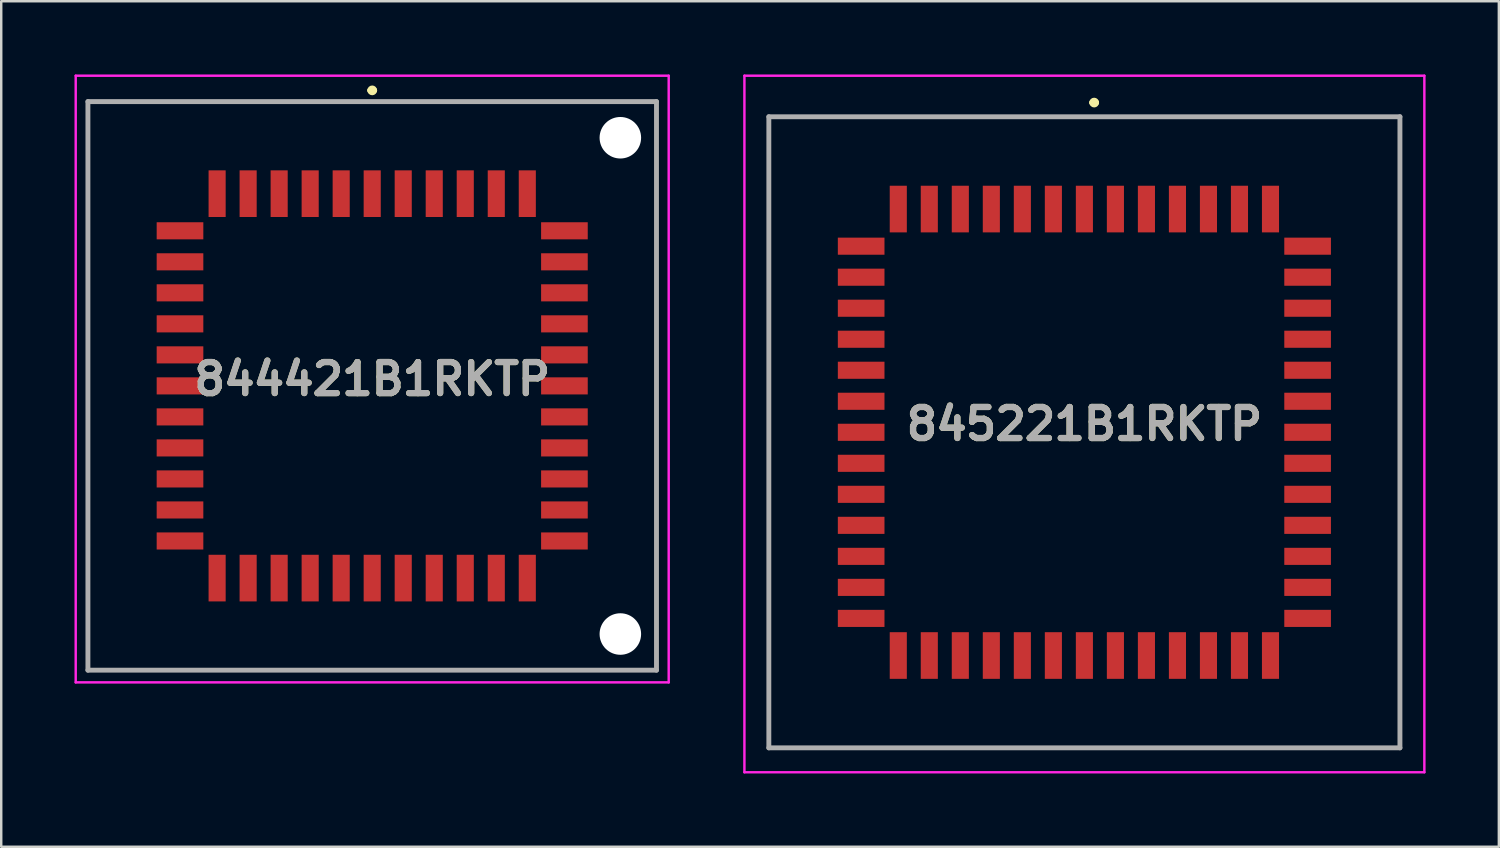
<source format=kicad_pcb>
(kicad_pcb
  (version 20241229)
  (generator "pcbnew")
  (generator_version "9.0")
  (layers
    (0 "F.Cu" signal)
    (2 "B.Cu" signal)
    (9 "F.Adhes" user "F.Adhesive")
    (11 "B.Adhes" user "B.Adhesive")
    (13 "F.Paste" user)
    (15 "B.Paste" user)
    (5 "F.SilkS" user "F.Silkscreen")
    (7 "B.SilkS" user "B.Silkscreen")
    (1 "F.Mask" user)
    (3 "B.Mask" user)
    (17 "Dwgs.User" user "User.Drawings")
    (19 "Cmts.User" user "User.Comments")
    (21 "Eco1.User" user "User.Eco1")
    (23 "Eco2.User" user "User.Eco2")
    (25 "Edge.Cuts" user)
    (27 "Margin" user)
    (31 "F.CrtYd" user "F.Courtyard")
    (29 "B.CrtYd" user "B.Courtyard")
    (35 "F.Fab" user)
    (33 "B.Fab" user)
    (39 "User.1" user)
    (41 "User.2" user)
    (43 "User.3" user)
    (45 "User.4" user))
  (footprint "844421B1RKTP"
    (layer "F.Cu")
    (at 12.19 12.75)
    (property "Reference" "844421B1RKTP" (at 0 -0.28 0) (layer "F.SilkS") (effects (font (size 1.27 1.27) (thickness 0.254))))
    (attr through_hole)
    (fp_line (start -11.64 -11.64) (end 11.64 -11.64) (stroke (width 0.1) (type solid)) (layer "F.SilkS"))
    (fp_line (start -11.64 11.64) (end -11.64 -11.64) (stroke (width 0.1) (type solid)) (layer "F.SilkS"))
    (fp_line (start -0.1 -12.1) (end -0.1 -12.1) (stroke (width 0.2) (type solid)) (layer "F.SilkS"))
    (fp_line (start 0.1 -12.1) (end 0.1 -12.1) (stroke (width 0.2) (type solid)) (layer "F.SilkS"))
    (fp_line (start 11.64 -11.64) (end 11.64 11.64) (stroke (width 0.1) (type solid)) (layer "F.SilkS"))
    (fp_line (start 11.64 11.64) (end -11.64 11.64) (stroke (width 0.1) (type solid)) (layer "F.SilkS"))
    (fp_arc (start -0.1 -12.1) (mid 0 -12.2) (end 0.1 -12.1) (stroke (width 0.2) (type solid)) (layer "F.SilkS"))
    (fp_arc (start 0.1 -12.1) (mid 0 -12) (end -0.1 -12.1) (stroke (width 0.2) (type solid)) (layer "F.SilkS"))
    (fp_line (start -12.14 -12.7) (end 12.14 -12.7) (stroke (width 0.1) (type solid)) (layer "F.CrtYd"))
    (fp_line (start -12.14 12.14) (end -12.14 -12.7) (stroke (width 0.1) (type solid)) (layer "F.CrtYd"))
    (fp_line (start 12.14 -12.7) (end 12.14 12.14) (stroke (width 0.1) (type solid)) (layer "F.CrtYd"))
    (fp_line (start 12.14 12.14) (end -12.14 12.14) (stroke (width 0.1) (type solid)) (layer "F.CrtYd"))
    (fp_line (start -11.64 -11.64) (end 11.64 -11.64) (stroke (width 0.2) (type solid)) (layer "F.Fab"))
    (fp_line (start -11.64 11.64) (end -11.64 -11.64) (stroke (width 0.2) (type solid)) (layer "F.Fab"))
    (fp_line (start 11.64 -11.64) (end 11.64 11.64) (stroke (width 0.2) (type solid)) (layer "F.Fab"))
    (fp_line (start 11.64 11.64) (end -11.64 11.64) (stroke (width 0.2) (type solid)) (layer "F.Fab"))
    (fp_text user "${REFERENCE}" (at 0 -0.28 0) (layer "F.Fab") (effects (font (size 1.27 1.27) (thickness 0.254))))
    (pad "" np_thru_hole circle (at 10.16 -10.16) (size 1.7 1.7) (drill 1.7) (layers "*.Cu" "*.Mask"))
    (pad "" np_thru_hole circle (at 10.16 10.16) (size 1.7 1.7) (drill 1.7) (layers "*.Cu" "*.Mask"))
    (pad "1" smd rect (at 0 -7.87) (size 0.7 1.91) (layers "F.Cu" "F.Mask" "F.Paste"))
    (pad "2" smd rect (at -1.27 -7.87) (size 0.7 1.91) (layers "F.Cu" "F.Mask" "F.Paste"))
    (pad "3" smd rect (at -2.54 -7.87) (size 0.7 1.91) (layers "F.Cu" "F.Mask" "F.Paste"))
    (pad "4" smd rect (at -3.81 -7.87) (size 0.7 1.91) (layers "F.Cu" "F.Mask" "F.Paste"))
    (pad "5" smd rect (at -5.08 -7.87) (size 0.7 1.91) (layers "F.Cu" "F.Mask" "F.Paste"))
    (pad "6" smd rect (at -6.35 -7.87) (size 0.7 1.91) (layers "F.Cu" "F.Mask" "F.Paste"))
    (pad "7" smd rect (at -7.87 -6.35 90) (size 0.7 1.91) (layers "F.Cu" "F.Mask" "F.Paste"))
    (pad "8" smd rect (at -7.87 -5.08 90) (size 0.7 1.91) (layers "F.Cu" "F.Mask" "F.Paste"))
    (pad "9" smd rect (at -7.87 -3.81 90) (size 0.7 1.91) (layers "F.Cu" "F.Mask" "F.Paste"))
    (pad "10" smd rect (at -7.87 -2.54 90) (size 0.7 1.91) (layers "F.Cu" "F.Mask" "F.Paste"))
    (pad "11" smd rect (at -7.87 -1.27 90) (size 0.7 1.91) (layers "F.Cu" "F.Mask" "F.Paste"))
    (pad "12" smd rect (at -7.87 0 90) (size 0.7 1.91) (layers "F.Cu" "F.Mask" "F.Paste"))
    (pad "13" smd rect (at -7.87 1.27 90) (size 0.7 1.91) (layers "F.Cu" "F.Mask" "F.Paste"))
    (pad "14" smd rect (at -7.87 2.54 90) (size 0.7 1.91) (layers "F.Cu" "F.Mask" "F.Paste"))
    (pad "15" smd rect (at -7.87 3.81 90) (size 0.7 1.91) (layers "F.Cu" "F.Mask" "F.Paste"))
    (pad "16" smd rect (at -7.87 5.08 90) (size 0.7 1.91) (layers "F.Cu" "F.Mask" "F.Paste"))
    (pad "17" smd rect (at -7.87 6.35 90) (size 0.7 1.91) (layers "F.Cu" "F.Mask" "F.Paste"))
    (pad "18" smd rect (at -6.35 7.87) (size 0.7 1.91) (layers "F.Cu" "F.Mask" "F.Paste"))
    (pad "19" smd rect (at -5.08 7.87) (size 0.7 1.91) (layers "F.Cu" "F.Mask" "F.Paste"))
    (pad "20" smd rect (at -3.81 7.87) (size 0.7 1.91) (layers "F.Cu" "F.Mask" "F.Paste"))
    (pad "21" smd rect (at -2.54 7.87) (size 0.7 1.91) (layers "F.Cu" "F.Mask" "F.Paste"))
    (pad "22" smd rect (at -1.27 7.87) (size 0.7 1.91) (layers "F.Cu" "F.Mask" "F.Paste"))
    (pad "23" smd rect (at 0 7.87) (size 0.7 1.91) (layers "F.Cu" "F.Mask" "F.Paste"))
    (pad "24" smd rect (at 1.27 7.87) (size 0.7 1.91) (layers "F.Cu" "F.Mask" "F.Paste"))
    (pad "25" smd rect (at 2.54 7.87) (size 0.7 1.91) (layers "F.Cu" "F.Mask" "F.Paste"))
    (pad "26" smd rect (at 3.81 7.87) (size 0.7 1.91) (layers "F.Cu" "F.Mask" "F.Paste"))
    (pad "27" smd rect (at 5.08 7.87) (size 0.7 1.91) (layers "F.Cu" "F.Mask" "F.Paste"))
    (pad "28" smd rect (at 6.35 7.87) (size 0.7 1.91) (layers "F.Cu" "F.Mask" "F.Paste"))
    (pad "29" smd rect (at 7.87 6.35 90) (size 0.7 1.91) (layers "F.Cu" "F.Mask" "F.Paste"))
    (pad "30" smd rect (at 7.87 5.08 90) (size 0.7 1.91) (layers "F.Cu" "F.Mask" "F.Paste"))
    (pad "31" smd rect (at 7.87 3.81 90) (size 0.7 1.91) (layers "F.Cu" "F.Mask" "F.Paste"))
    (pad "32" smd rect (at 7.87 2.54 90) (size 0.7 1.91) (layers "F.Cu" "F.Mask" "F.Paste"))
    (pad "33" smd rect (at 7.87 1.27 90) (size 0.7 1.91) (layers "F.Cu" "F.Mask" "F.Paste"))
    (pad "34" smd rect (at 7.87 0 90) (size 0.7 1.91) (layers "F.Cu" "F.Mask" "F.Paste"))
    (pad "35" smd rect (at 7.87 -1.27 90) (size 0.7 1.91) (layers "F.Cu" "F.Mask" "F.Paste"))
    (pad "36" smd rect (at 7.87 -2.54 90) (size 0.7 1.91) (layers "F.Cu" "F.Mask" "F.Paste"))
    (pad "37" smd rect (at 7.87 -3.81 90) (size 0.7 1.91) (layers "F.Cu" "F.Mask" "F.Paste"))
    (pad "38" smd rect (at 7.87 -5.08 90) (size 0.7 1.91) (layers "F.Cu" "F.Mask" "F.Paste"))
    (pad "39" smd rect (at 7.87 -6.35 90) (size 0.7 1.91) (layers "F.Cu" "F.Mask" "F.Paste"))
    (pad "40" smd rect (at 6.35 -7.87) (size 0.7 1.91) (layers "F.Cu" "F.Mask" "F.Paste"))
    (pad "41" smd rect (at 5.08 -7.87) (size 0.7 1.91) (layers "F.Cu" "F.Mask" "F.Paste"))
    (pad "42" smd rect (at 3.81 -7.87) (size 0.7 1.91) (layers "F.Cu" "F.Mask" "F.Paste"))
    (pad "43" smd rect (at 2.54 -7.87) (size 0.7 1.91) (layers "F.Cu" "F.Mask" "F.Paste"))
    (pad "44" smd rect (at 1.27 -7.87) (size 0.7 1.91) (layers "F.Cu" "F.Mask" "F.Paste")))
  (footprint "845221B1RKTP"
    (layer "F.Cu")
    (at 41.35 14.65)
    (property "Reference" "845221B1RKTP" (at 0 -0.34 0) (layer "F.SilkS") (effects (font (size 1.27 1.27) (thickness 0.254))))
    (attr smd)
    (fp_line (start -12.92 -12.92) (end 12.92 -12.92) (stroke (width 0.1) (type solid)) (layer "F.SilkS"))
    (fp_line (start -12.92 12.92) (end -12.92 -12.92) (stroke (width 0.1) (type solid)) (layer "F.SilkS"))
    (fp_line (start 0.3 -13.5) (end 0.3 -13.5) (stroke (width 0.2) (type solid)) (layer "F.SilkS"))
    (fp_line (start 0.5 -13.5) (end 0.5 -13.5) (stroke (width 0.2) (type solid)) (layer "F.SilkS"))
    (fp_line (start 12.92 -12.92) (end 12.92 12.92) (stroke (width 0.1) (type solid)) (layer "F.SilkS"))
    (fp_line (start 12.92 12.92) (end -12.92 12.92) (stroke (width 0.1) (type solid)) (layer "F.SilkS"))
    (fp_arc (start 0.3 -13.5) (mid 0.4 -13.6) (end 0.5 -13.5) (stroke (width 0.2) (type solid)) (layer "F.SilkS"))
    (fp_arc (start 0.5 -13.5) (mid 0.4 -13.4) (end 0.3 -13.5) (stroke (width 0.2) (type solid)) (layer "F.SilkS"))
    (fp_line (start -13.92 -14.6) (end 13.92 -14.6) (stroke (width 0.1) (type solid)) (layer "F.CrtYd"))
    (fp_line (start -13.92 13.92) (end -13.92 -14.6) (stroke (width 0.1) (type solid)) (layer "F.CrtYd"))
    (fp_line (start 13.92 -14.6) (end 13.92 13.92) (stroke (width 0.1) (type solid)) (layer "F.CrtYd"))
    (fp_line (start 13.92 13.92) (end -13.92 13.92) (stroke (width 0.1) (type solid)) (layer "F.CrtYd"))
    (fp_line (start -12.92 -12.92) (end 12.92 -12.92) (stroke (width 0.2) (type solid)) (layer "F.Fab"))
    (fp_line (start -12.92 12.92) (end -12.92 -12.92) (stroke (width 0.2) (type solid)) (layer "F.Fab"))
    (fp_line (start 12.92 -12.92) (end 12.92 12.92) (stroke (width 0.2) (type solid)) (layer "F.Fab"))
    (fp_line (start 12.92 12.92) (end -12.92 12.92) (stroke (width 0.2) (type solid)) (layer "F.Fab"))
    (fp_text user "${REFERENCE}" (at 0 -0.34 0) (layer "F.Fab") (effects (font (size 1.27 1.27) (thickness 0.254))))
    (pad "1" smd rect (at 0 -9.14) (size 0.7 1.91) (layers "F.Cu" "F.Mask" "F.Paste"))
    (pad "2" smd rect (at -1.27 -9.14) (size 0.7 1.91) (layers "F.Cu" "F.Mask" "F.Paste"))
    (pad "3" smd rect (at -2.54 -9.14) (size 0.7 1.91) (layers "F.Cu" "F.Mask" "F.Paste"))
    (pad "4" smd rect (at -3.81 -9.14) (size 0.7 1.91) (layers "F.Cu" "F.Mask" "F.Paste"))
    (pad "5" smd rect (at -5.08 -9.14) (size 0.7 1.91) (layers "F.Cu" "F.Mask" "F.Paste"))
    (pad "6" smd rect (at -6.35 -9.14) (size 0.7 1.91) (layers "F.Cu" "F.Mask" "F.Paste"))
    (pad "7" smd rect (at -7.62 -9.14) (size 0.7 1.91) (layers "F.Cu" "F.Mask" "F.Paste"))
    (pad "8" smd rect (at -9.14 -7.62 90) (size 0.7 1.91) (layers "F.Cu" "F.Mask" "F.Paste"))
    (pad "9" smd rect (at -9.14 -6.35 90) (size 0.7 1.91) (layers "F.Cu" "F.Mask" "F.Paste"))
    (pad "10" smd rect (at -9.14 -5.08 90) (size 0.7 1.91) (layers "F.Cu" "F.Mask" "F.Paste"))
    (pad "11" smd rect (at -9.14 -3.81 90) (size 0.7 1.91) (layers "F.Cu" "F.Mask" "F.Paste"))
    (pad "12" smd rect (at -9.14 -2.54 90) (size 0.7 1.91) (layers "F.Cu" "F.Mask" "F.Paste"))
    (pad "13" smd rect (at -9.14 -1.27 90) (size 0.7 1.91) (layers "F.Cu" "F.Mask" "F.Paste"))
    (pad "14" smd rect (at -9.14 0 90) (size 0.7 1.91) (layers "F.Cu" "F.Mask" "F.Paste"))
    (pad "15" smd rect (at -9.14 1.27 90) (size 0.7 1.91) (layers "F.Cu" "F.Mask" "F.Paste"))
    (pad "16" smd rect (at -9.14 2.54 90) (size 0.7 1.91) (layers "F.Cu" "F.Mask" "F.Paste"))
    (pad "17" smd rect (at -9.14 3.81 90) (size 0.7 1.91) (layers "F.Cu" "F.Mask" "F.Paste"))
    (pad "18" smd rect (at -9.14 5.08 90) (size 0.7 1.91) (layers "F.Cu" "F.Mask" "F.Paste"))
    (pad "19" smd rect (at -9.14 6.35 90) (size 0.7 1.91) (layers "F.Cu" "F.Mask" "F.Paste"))
    (pad "20" smd rect (at -9.14 7.62 90) (size 0.7 1.91) (layers "F.Cu" "F.Mask" "F.Paste"))
    (pad "21" smd rect (at -7.62 9.14) (size 0.7 1.91) (layers "F.Cu" "F.Mask" "F.Paste"))
    (pad "22" smd rect (at -6.35 9.14) (size 0.7 1.91) (layers "F.Cu" "F.Mask" "F.Paste"))
    (pad "23" smd rect (at -5.08 9.14) (size 0.7 1.91) (layers "F.Cu" "F.Mask" "F.Paste"))
    (pad "24" smd rect (at -3.81 9.14) (size 0.7 1.91) (layers "F.Cu" "F.Mask" "F.Paste"))
    (pad "25" smd rect (at -2.54 9.14) (size 0.7 1.91) (layers "F.Cu" "F.Mask" "F.Paste"))
    (pad "26" smd rect (at -1.27 9.14) (size 0.7 1.91) (layers "F.Cu" "F.Mask" "F.Paste"))
    (pad "27" smd rect (at 0 9.14) (size 0.7 1.91) (layers "F.Cu" "F.Mask" "F.Paste"))
    (pad "28" smd rect (at 1.27 9.14) (size 0.7 1.91) (layers "F.Cu" "F.Mask" "F.Paste"))
    (pad "29" smd rect (at 2.54 9.14) (size 0.7 1.91) (layers "F.Cu" "F.Mask" "F.Paste"))
    (pad "30" smd rect (at 3.81 9.14) (size 0.7 1.91) (layers "F.Cu" "F.Mask" "F.Paste"))
    (pad "31" smd rect (at 5.08 9.14) (size 0.7 1.91) (layers "F.Cu" "F.Mask" "F.Paste"))
    (pad "32" smd rect (at 6.35 9.14) (size 0.7 1.91) (layers "F.Cu" "F.Mask" "F.Paste"))
    (pad "33" smd rect (at 7.62 9.14) (size 0.7 1.91) (layers "F.Cu" "F.Mask" "F.Paste"))
    (pad "34" smd rect (at 9.14 7.62 90) (size 0.7 1.91) (layers "F.Cu" "F.Mask" "F.Paste"))
    (pad "35" smd rect (at 9.14 6.35 90) (size 0.7 1.91) (layers "F.Cu" "F.Mask" "F.Paste"))
    (pad "36" smd rect (at 9.14 5.08 90) (size 0.7 1.91) (layers "F.Cu" "F.Mask" "F.Paste"))
    (pad "37" smd rect (at 9.14 3.81 90) (size 0.7 1.91) (layers "F.Cu" "F.Mask" "F.Paste"))
    (pad "38" smd rect (at 9.14 2.54 90) (size 0.7 1.91) (layers "F.Cu" "F.Mask" "F.Paste"))
    (pad "39" smd rect (at 9.14 1.27 90) (size 0.7 1.91) (layers "F.Cu" "F.Mask" "F.Paste"))
    (pad "40" smd rect (at 9.14 0 90) (size 0.7 1.91) (layers "F.Cu" "F.Mask" "F.Paste"))
    (pad "41" smd rect (at 9.14 -1.27 90) (size 0.7 1.91) (layers "F.Cu" "F.Mask" "F.Paste"))
    (pad "42" smd rect (at 9.14 -2.54 90) (size 0.7 1.91) (layers "F.Cu" "F.Mask" "F.Paste"))
    (pad "43" smd rect (at 9.14 -3.81 90) (size 0.7 1.91) (layers "F.Cu" "F.Mask" "F.Paste"))
    (pad "44" smd rect (at 9.14 -5.08 90) (size 0.7 1.91) (layers "F.Cu" "F.Mask" "F.Paste"))
    (pad "45" smd rect (at 9.14 -6.35 90) (size 0.7 1.91) (layers "F.Cu" "F.Mask" "F.Paste"))
    (pad "46" smd rect (at 9.14 -7.62 90) (size 0.7 1.91) (layers "F.Cu" "F.Mask" "F.Paste"))
    (pad "47" smd rect (at 7.62 -9.14) (size 0.7 1.91) (layers "F.Cu" "F.Mask" "F.Paste"))
    (pad "48" smd rect (at 6.35 -9.14) (size 0.7 1.91) (layers "F.Cu" "F.Mask" "F.Paste"))
    (pad "49" smd rect (at 5.08 -9.14) (size 0.7 1.91) (layers "F.Cu" "F.Mask" "F.Paste"))
    (pad "50" smd rect (at 3.81 -9.14) (size 0.7 1.91) (layers "F.Cu" "F.Mask" "F.Paste"))
    (pad "51" smd rect (at 2.54 -9.14) (size 0.7 1.91) (layers "F.Cu" "F.Mask" "F.Paste"))
    (pad "52" smd rect (at 1.27 -9.14) (size 0.7 1.91) (layers "F.Cu" "F.Mask" "F.Paste")))
  (gr_rect
    (start -3 -3)
    (end 58.32 31.62)
    (stroke (width 0.1) (type default))
    (fill no)
    (layer "Edge.Cuts")))
</source>
